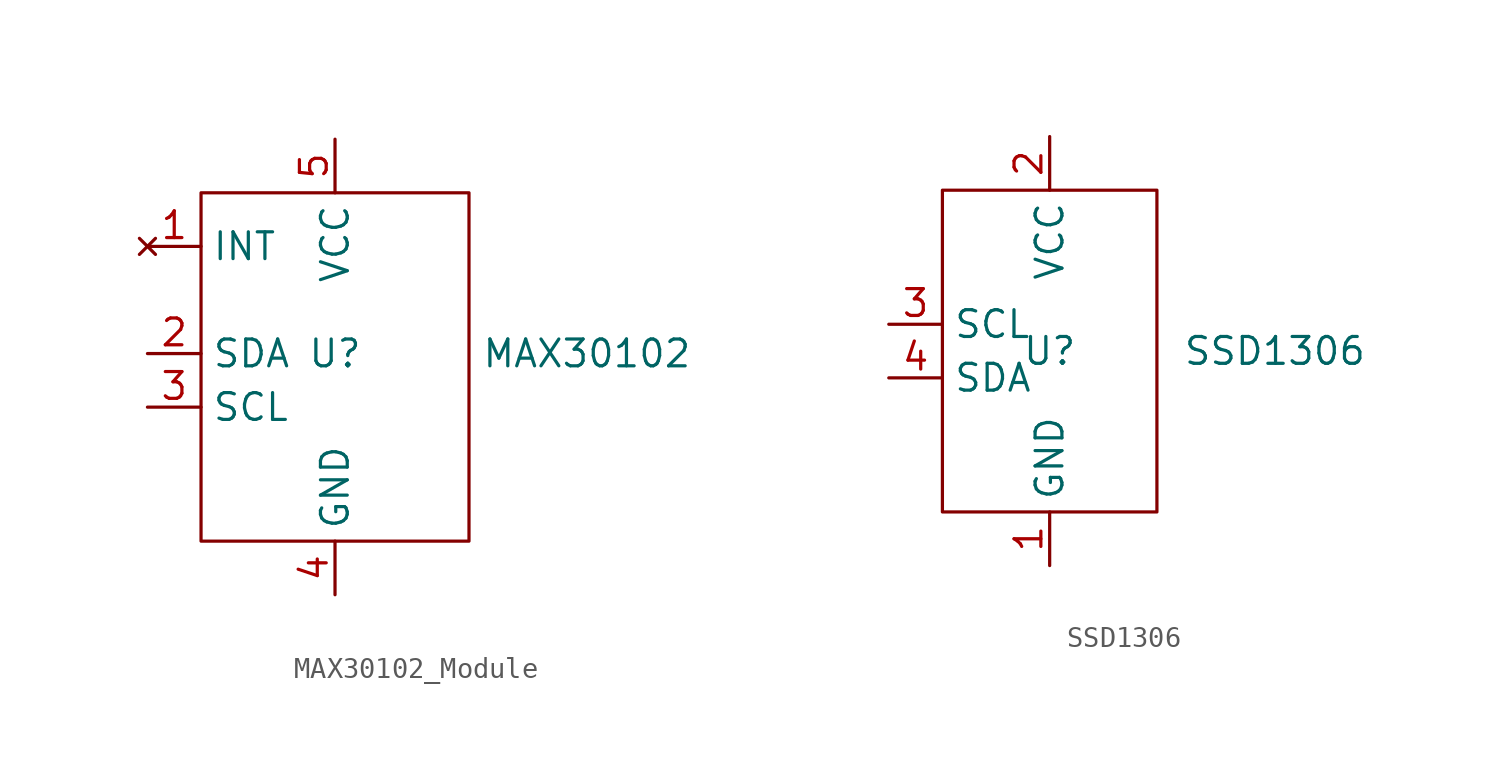
<source format=kicad_sym>
(kicad_symbol_lib
  (version 20241209)
  (generator "kicad_symbol_editor")
  (generator_version "9.0")
  (symbol "MAX30102_Module"
    (property "Reference" "U"
      (at 0 0 0)
      (effects (font (size 1.27 1.27))))
    (property "Value" "MAX30102"
      (at 11.938 0 0)
      (effects (font (size 1.27 1.27))))
    (symbol "MAX30102_Module_0_1"
      (rectangle (start -6.35 7.62) (end 6.35 -8.89) (stroke (width 0) (type default)) (fill (type none))))
    (symbol "MAX30102_Module_1_1"
      (pin no_connect line (at -8.89 5.08 0) (length 2.54) (name "INT" (effects (font (size 1.27 1.27)))) (number "1" (effects (font (size 1.27 1.27)))))
      (pin bidirectional line (at -8.89 0 0) (length 2.54) (name "SDA" (effects (font (size 1.27 1.27)))) (number "2" (effects (font (size 1.27 1.27)))))
      (pin input line (at -8.89 -2.54 0) (length 2.54) (name "SCL" (effects (font (size 1.27 1.27)))) (number "3" (effects (font (size 1.27 1.27)))))
      (pin power_in line (at 0 10.16 270) (length 2.54) (name "VCC" (effects (font (size 1.27 1.27)))) (number "5" (effects (font (size 1.27 1.27)))))
      (pin power_in line (at 0 -11.43 90) (length 2.54) (name "GND" (effects (font (size 1.27 1.27)))) (number "4" (effects (font (size 1.27 1.27)))))))
  (symbol "SSD1306"
    (property "Reference" "U"
      (at 0 0 0)
      (effects (font (size 1.27 1.27))))
    (property "Value" "SSD1306"
      (at 10.668 0 0)
      (effects (font (size 1.27 1.27))))
    (symbol "SSD1306_0_1"
      (rectangle (start -5.08 7.62) (end 5.08 -7.62) (stroke (width 0) (type default)) (fill (type none))))
    (symbol "SSD1306_1_1"
      (pin input line (at -7.62 1.27 0) (length 2.54) (name "SCL" (effects (font (size 1.27 1.27)))) (number "3" (effects (font (size 1.27 1.27)))))
      (pin bidirectional line (at -7.62 -1.27 0) (length 2.54) (name "SDA" (effects (font (size 1.27 1.27)))) (number "4" (effects (font (size 1.27 1.27)))))
      (pin power_in line (at 0 10.16 270) (length 2.54) (name "VCC" (effects (font (size 1.27 1.27)))) (number "2" (effects (font (size 1.27 1.27)))))
      (pin power_in line (at 0 -10.16 90) (length 2.54) (name "GND" (effects (font (size 1.27 1.27)))) (number "1" (effects (font (size 1.27 1.27))))))))
</source>
